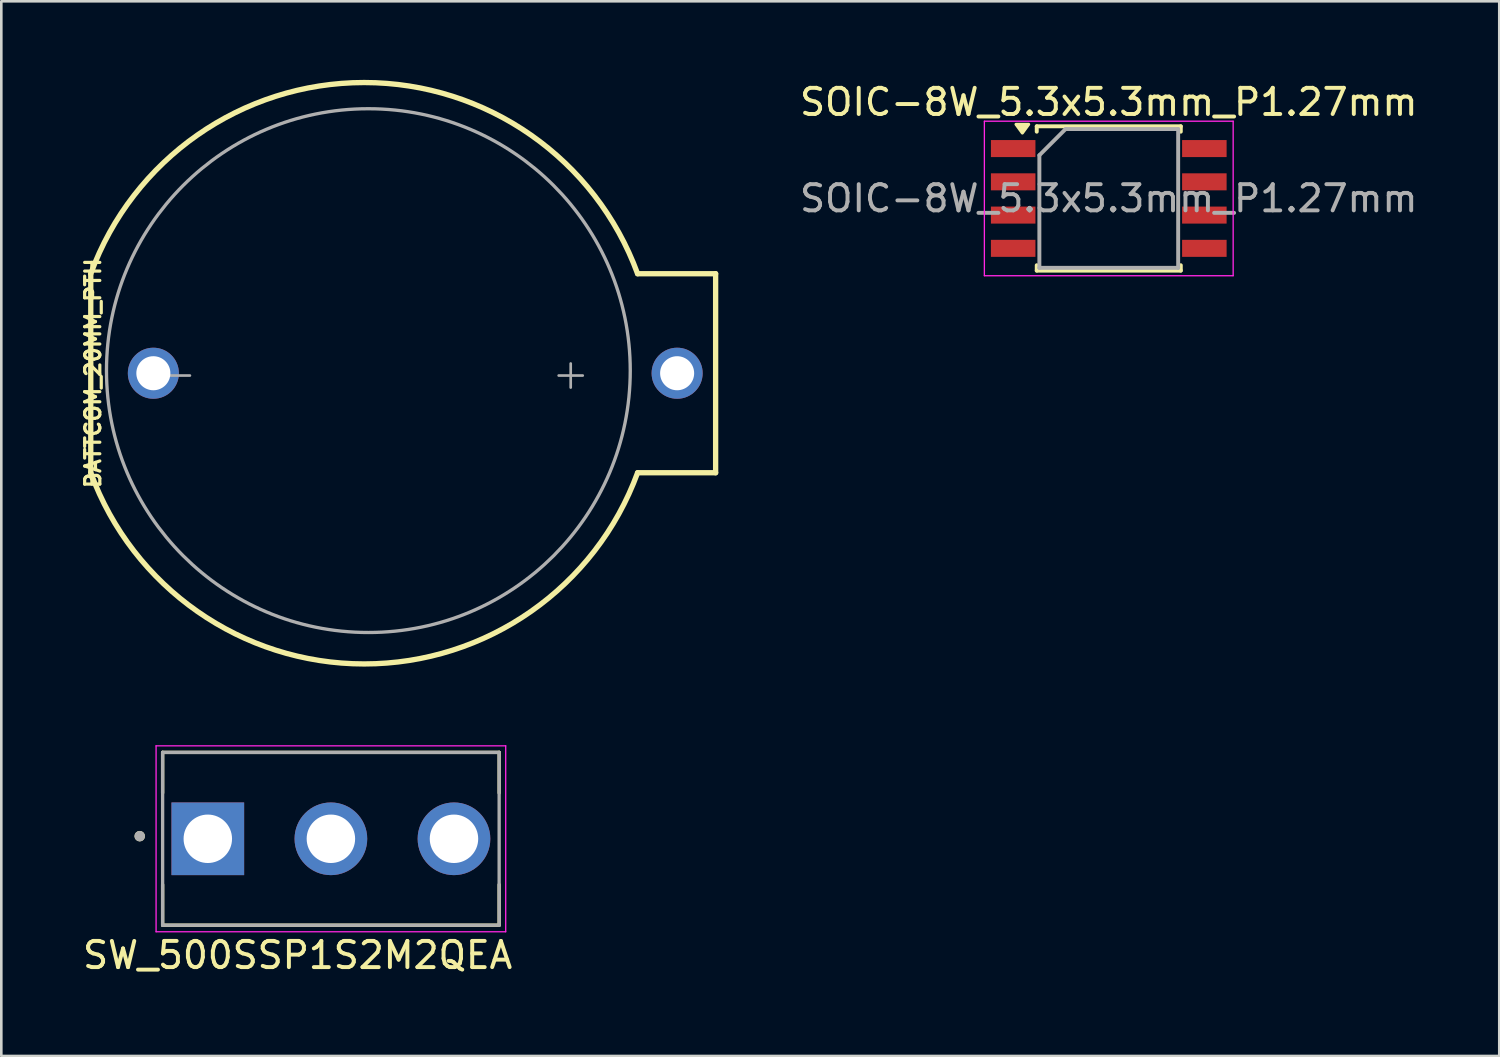
<source format=kicad_pcb>
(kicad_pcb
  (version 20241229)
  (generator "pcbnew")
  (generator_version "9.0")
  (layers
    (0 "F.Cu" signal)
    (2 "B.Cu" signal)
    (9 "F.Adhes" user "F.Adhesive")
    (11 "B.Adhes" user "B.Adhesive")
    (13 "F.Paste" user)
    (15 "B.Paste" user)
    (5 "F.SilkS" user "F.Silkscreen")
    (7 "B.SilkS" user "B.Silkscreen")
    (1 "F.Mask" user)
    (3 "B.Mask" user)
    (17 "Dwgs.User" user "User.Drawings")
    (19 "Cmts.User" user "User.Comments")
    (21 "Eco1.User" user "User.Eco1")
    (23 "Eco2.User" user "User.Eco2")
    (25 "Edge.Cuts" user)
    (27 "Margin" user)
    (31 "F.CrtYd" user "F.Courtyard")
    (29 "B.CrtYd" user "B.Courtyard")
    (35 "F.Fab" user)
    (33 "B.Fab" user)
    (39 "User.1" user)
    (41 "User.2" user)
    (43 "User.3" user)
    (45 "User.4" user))
  (footprint "SOIC-8W_5.3x5.3mm_P1.27mm"
    (layer "F.Cu")
    (at 39.288 4.528)
    (property "Reference" "SOIC-8W_5.3x5.3mm_P1.27mm" (at 0 -3.68 0) (layer "F.SilkS") (effects (font (size 1 1) (thickness 0.15))))
    (attr smd)
    (fp_line (start -2.75 -2.755) (end -2.75 -2.55) (stroke (width 0.15) (type solid)) (layer "F.SilkS"))
    (fp_line (start -2.75 -2.755) (end 2.75 -2.755) (stroke (width 0.15) (type solid)) (layer "F.SilkS"))
    (fp_line (start -2.75 2.755) (end -2.75 2.55) (stroke (width 0.15) (type solid)) (layer "F.SilkS"))
    (fp_line (start -2.75 2.755) (end 2.75 2.755) (stroke (width 0.15) (type solid)) (layer "F.SilkS"))
    (fp_line (start 2.75 -2.755) (end 2.75 -2.55) (stroke (width 0.15) (type solid)) (layer "F.SilkS"))
    (fp_line (start 2.75 2.755) (end 2.75 2.55) (stroke (width 0.15) (type solid)) (layer "F.SilkS"))
    (fp_poly (pts (xy -3.3 -2.5) (xy -3.54 -2.83) (xy -3.06 -2.83) (xy -3.3 -2.5)) (stroke (width 0.12) (type solid)) (fill yes) (layer "F.SilkS"))
    (fp_line (start -4.75 -2.95) (end -4.75 2.95) (stroke (width 0.05) (type solid)) (layer "F.CrtYd"))
    (fp_line (start -4.75 -2.95) (end 4.75 -2.95) (stroke (width 0.05) (type solid)) (layer "F.CrtYd"))
    (fp_line (start -4.75 2.95) (end 4.75 2.95) (stroke (width 0.05) (type solid)) (layer "F.CrtYd"))
    (fp_line (start 4.75 -2.95) (end 4.75 2.95) (stroke (width 0.05) (type solid)) (layer "F.CrtYd"))
    (fp_line (start -2.65 -1.65) (end -1.65 -2.65) (stroke (width 0.15) (type solid)) (layer "F.Fab"))
    (fp_line (start -2.65 2.65) (end -2.65 -1.65) (stroke (width 0.15) (type solid)) (layer "F.Fab"))
    (fp_line (start -1.65 -2.65) (end 2.65 -2.65) (stroke (width 0.15) (type solid)) (layer "F.Fab"))
    (fp_line (start 2.65 -2.65) (end 2.65 2.65) (stroke (width 0.15) (type solid)) (layer "F.Fab"))
    (fp_line (start 2.65 2.65) (end -2.65 2.65) (stroke (width 0.15) (type solid)) (layer "F.Fab"))
    (fp_text user "${REFERENCE}" (at 0 0 0) (layer "F.Fab") (effects (font (size 1 1) (thickness 0.15))))
    (pad "1" smd rect (at -3.65 -1.905) (size 1.7 0.65) (layers "F.Cu" "F.Mask" "F.Paste"))
    (pad "2" smd rect (at -3.65 -0.635) (size 1.7 0.65) (layers "F.Cu" "F.Mask" "F.Paste"))
    (pad "3" smd rect (at -3.65 0.635) (size 1.7 0.65) (layers "F.Cu" "F.Mask" "F.Paste"))
    (pad "4" smd rect (at -3.65 1.905) (size 1.7 0.65) (layers "F.Cu" "F.Mask" "F.Paste"))
    (pad "5" smd rect (at 3.65 1.905) (size 1.7 0.65) (layers "F.Cu" "F.Mask" "F.Paste"))
    (pad "6" smd rect (at 3.65 0.635) (size 1.7 0.65) (layers "F.Cu" "F.Mask" "F.Paste"))
    (pad "7" smd rect (at 3.65 -0.635) (size 1.7 0.65) (layers "F.Cu" "F.Mask" "F.Paste"))
    (pad "8" smd rect (at 3.65 -1.905) (size 1.7 0.65) (layers "F.Cu" "F.Mask" "F.Paste")))
  (footprint "SW_500SSP1S2M2QEA"
    (layer "F.Cu")
    (at 9.585 28.979)
    (property "Reference" "SW_500SSP1S2M2QEA" (at -1.27 4.445 0) (layer "F.SilkS") (effects (font (size 1 1) (thickness 0.15))))
    (attr through_hole exclude_from_pos_files)
    (fp_line (start -6.425 -3.3) (end -6.425 -1.75) (stroke (width 0.127) (type solid)) (layer "F.SilkS"))
    (fp_line (start -6.425 1.75) (end -6.425 3.3) (stroke (width 0.127) (type solid)) (layer "F.SilkS"))
    (fp_line (start -6.425 3.3) (end 6.425 3.3) (stroke (width 0.127) (type solid)) (layer "F.SilkS"))
    (fp_line (start 6.425 -3.3) (end -6.425 -3.3) (stroke (width 0.127) (type solid)) (layer "F.SilkS"))
    (fp_line (start 6.425 -1.75) (end 6.425 -3.3) (stroke (width 0.127) (type solid)) (layer "F.SilkS"))
    (fp_line (start 6.425 3.3) (end 6.425 1.75) (stroke (width 0.127) (type solid)) (layer "F.SilkS"))
    (fp_circle (center -7.3 -0.1) (end -7.2 -0.1) (stroke (width 0.2) (type solid)) (fill no) (layer "F.SilkS"))
    (fp_line (start -6.675 -3.55) (end -6.675 3.55) (stroke (width 0.05) (type solid)) (layer "F.CrtYd"))
    (fp_line (start -6.675 3.55) (end 6.675 3.55) (stroke (width 0.05) (type solid)) (layer "F.CrtYd"))
    (fp_line (start 6.675 -3.55) (end -6.675 -3.55) (stroke (width 0.05) (type solid)) (layer "F.CrtYd"))
    (fp_line (start 6.675 3.55) (end 6.675 -3.55) (stroke (width 0.05) (type solid)) (layer "F.CrtYd"))
    (fp_line (start -6.425 -3.3) (end -6.425 3.3) (stroke (width 0.127) (type solid)) (layer "F.Fab"))
    (fp_line (start -6.425 3.3) (end 6.425 3.3) (stroke (width 0.127) (type solid)) (layer "F.Fab"))
    (fp_line (start 6.425 -3.3) (end -6.425 -3.3) (stroke (width 0.127) (type solid)) (layer "F.Fab"))
    (fp_line (start 6.425 3.3) (end 6.425 -3.3) (stroke (width 0.127) (type solid)) (layer "F.Fab"))
    (fp_circle (center -7.3 -0.1) (end -7.2 -0.1) (stroke (width 0.2) (type solid)) (fill no) (layer "F.Fab"))
    (pad "1" thru_hole rect (at -4.7 0) (size 2.775 2.775) (drill 1.85) (layers "*.Cu" "*.Mask"))
    (pad "2" thru_hole circle (at 0 0) (size 2.775 2.775) (drill 1.85) (layers "*.Cu" "*.Mask"))
    (pad "3" thru_hole circle (at 4.7 0) (size 2.775 2.775) (drill 1.85) (layers "*.Cu" "*.Mask")))
  (footprint "BATTCOM_20MM_PTH"
    (layer "F.Cu")
    (at 10.956 11.202)
    (property "Reference" "BATTCOM_20MM_PTH" (at -10.795 0 90) (layer "F.SilkS") (effects (font (size 0.579 0.579) (thickness 0.122)) (justify top)))
    (attr through_hole exclude_from_pos_files)
    (fp_line (start -10.54 -3.8) (end -10.54 3.8) (stroke (width 0.203) (type solid)) (layer "F.SilkS"))
    (fp_line (start 10.34 -3.8) (end 13.32 -3.8) (stroke (width 0.203) (type solid)) (layer "F.SilkS"))
    (fp_line (start 13.32 -3.8) (end 13.32 3.8) (stroke (width 0.203) (type solid)) (layer "F.SilkS"))
    (fp_line (start 13.32 3.8) (end 10.34 3.8) (stroke (width 0.203) (type solid)) (layer "F.SilkS"))
    (fp_arc (start -10.54 -3.8) (mid -0.1 -11.100449) (end 10.34 -3.8) (stroke (width 0.2032) (type solid)) (layer "F.SilkS"))
    (fp_arc (start 10.34 3.8) (mid -0.1 11.100449) (end -10.54 3.8) (stroke (width 0.2032) (type solid)) (layer "F.SilkS"))
    (fp_circle (center 0.06 -0.1) (end 10.06 -0.1) (stroke (width 0.127) (type solid)) (fill no) (layer "F.Fab"))
    (fp_text user "+" (at 8.6 0.7 180) (layer "F.Fab") (effects (font (size 1.206 1.206) (thickness 0.102)) (justify right bottom)))
    (fp_text user "-" (at -6.4 0.7 180) (layer "F.Fab") (effects (font (size 1.206 1.206) (thickness 0.102)) (justify right bottom)))
    (pad "1" thru_hole circle (at 11.85 0 90) (size 1.95 1.95) (drill 1.3) (layers "*.Cu" "*.Mask"))
    (pad "2" thru_hole circle (at -8.15 0 90) (size 1.95 1.95) (drill 1.3) (layers "*.Cu" "*.Mask")))
  (gr_rect
    (start -3 -3)
    (end 54.199 37.272)
    (stroke (width 0.1) (type default))
    (fill no)
    (layer "Edge.Cuts")))
</source>
